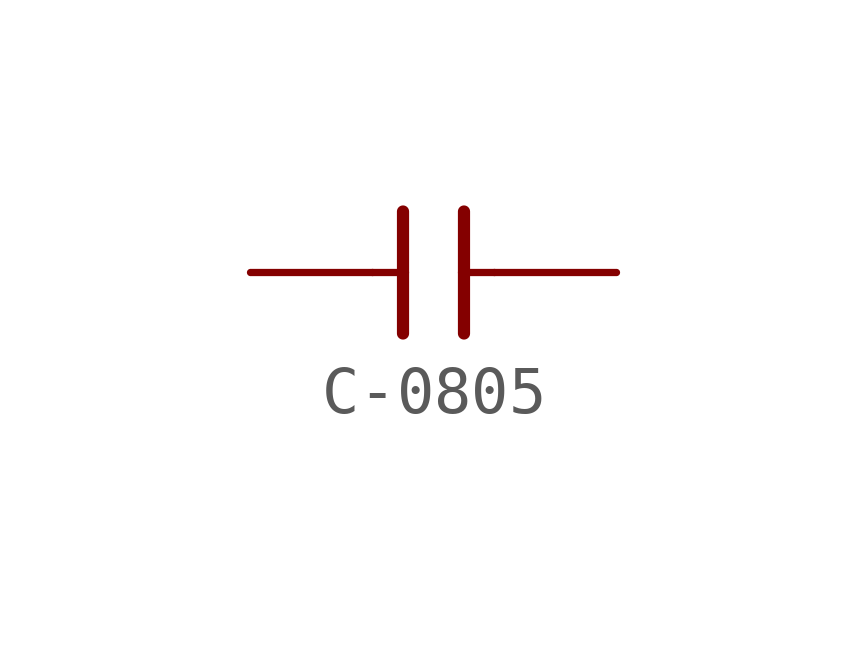
<source format=kicad_sym>
(kicad_symbol_lib
  (version 20220914)
  (generator kicad_symbol_editor)
  (symbol "C-0805"
    (property "Reference" "C"
      (at -3.81 0 0)
      (effects (font (size 1.27 1.079)) (justify left bottom) hide))
    (property "ki_locked" ""
      (at 0 0 0)
      (effects (font (size 1.27 1.27))))
    (symbol "C-0805_1_0"
      (polyline (pts (xy -1.27 0) (xy -0.635 0)) (stroke (width 0.152) (type solid)) (fill (type none)))
      (polyline (pts (xy -0.635 -1.27) (xy -0.635 0)) (stroke (width 0.254) (type solid)) (fill (type none)))
      (polyline (pts (xy -0.635 0) (xy -0.635 1.27)) (stroke (width 0.254) (type solid)) (fill (type none)))
      (polyline (pts (xy 0.635 0) (xy 0.635 -1.27)) (stroke (width 0.254) (type solid)) (fill (type none)))
      (polyline (pts (xy 0.635 0) (xy 1.27 0)) (stroke (width 0.152) (type solid)) (fill (type none)))
      (polyline (pts (xy 0.635 1.27) (xy 0.635 0)) (stroke (width 0.254) (type solid)) (fill (type none)))
      (pin passive line (at -3.81 0 0) (length 2.54) (name "1" (effects (font (size 0 0)))) (number "1" (effects (font (size 0 0)))))
      (pin passive line (at 3.81 0 180) (length 2.54) (name "2" (effects (font (size 0 0)))) (number "2" (effects (font (size 0 0))))))))
</source>
